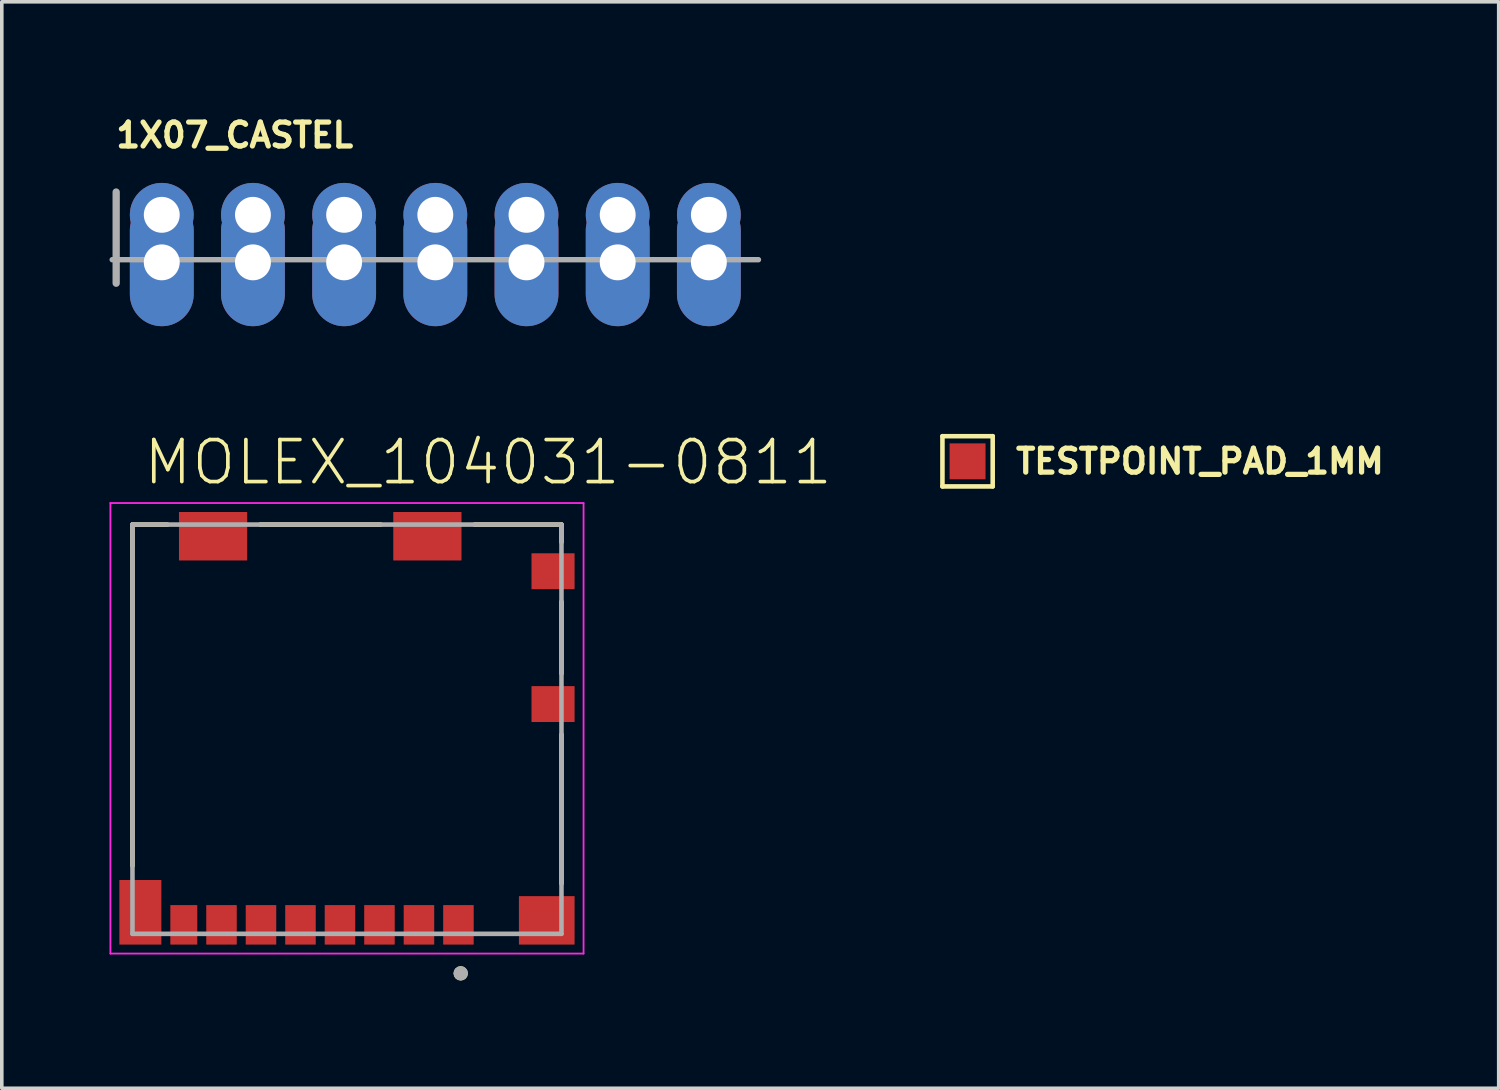
<source format=kicad_pcb>
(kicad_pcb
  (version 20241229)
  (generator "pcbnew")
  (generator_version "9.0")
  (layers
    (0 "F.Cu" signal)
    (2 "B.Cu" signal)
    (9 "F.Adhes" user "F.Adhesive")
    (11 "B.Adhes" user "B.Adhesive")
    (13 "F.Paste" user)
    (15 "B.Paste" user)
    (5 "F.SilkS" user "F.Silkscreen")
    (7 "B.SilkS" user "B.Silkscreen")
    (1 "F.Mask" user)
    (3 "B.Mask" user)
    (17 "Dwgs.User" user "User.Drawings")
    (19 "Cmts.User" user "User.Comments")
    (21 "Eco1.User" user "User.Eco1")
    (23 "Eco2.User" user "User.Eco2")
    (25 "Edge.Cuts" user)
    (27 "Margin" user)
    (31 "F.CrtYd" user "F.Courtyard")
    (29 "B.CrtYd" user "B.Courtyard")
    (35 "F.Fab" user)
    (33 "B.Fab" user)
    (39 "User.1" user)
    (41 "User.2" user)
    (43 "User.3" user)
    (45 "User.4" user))
  (footprint "1X07_CASTEL"
    (layer "F.Cu")
    (at 9.076 2.934)
    (property "Reference" "1X07_CASTEL" (at -8.966 -1.829 0) (unlocked yes) (layer "F.SilkS") (effects (font (size 0.666 0.666) (thickness 0.146)) (justify left bottom)))
    (fp_line (start -9 1.25) (end 9 1.25) (stroke (width 0.152) (type solid)) (layer "F.Fab"))
    (fp_line (start -8.89 -0.635) (end -8.89 1.905) (stroke (width 0.203) (type solid)) (layer "F.Fab"))
    (fp_poly (pts (xy -7.874 0.254) (xy -7.366 0.254) (xy -7.366 -0.254) (xy -7.874 -0.254)) (stroke (width 0.1) (type default)) (fill no) (layer "F.Fab"))
    (fp_poly (pts (xy -7.874 1.524) (xy -7.366 1.524) (xy -7.366 1.016) (xy -7.874 1.016)) (stroke (width 0.1) (type default)) (fill no) (layer "F.Fab"))
    (fp_poly (pts (xy -5.334 0.254) (xy -4.826 0.254) (xy -4.826 -0.254) (xy -5.334 -0.254)) (stroke (width 0.1) (type default)) (fill no) (layer "F.Fab"))
    (fp_poly (pts (xy -5.334 1.524) (xy -4.826 1.524) (xy -4.826 1.016) (xy -5.334 1.016)) (stroke (width 0.1) (type default)) (fill no) (layer "F.Fab"))
    (fp_poly (pts (xy -2.794 0.254) (xy -2.286 0.254) (xy -2.286 -0.254) (xy -2.794 -0.254)) (stroke (width 0.1) (type default)) (fill no) (layer "F.Fab"))
    (fp_poly (pts (xy -2.794 1.524) (xy -2.286 1.524) (xy -2.286 1.016) (xy -2.794 1.016)) (stroke (width 0.1) (type default)) (fill no) (layer "F.Fab"))
    (fp_poly (pts (xy -0.254 0.254) (xy 0.254 0.254) (xy 0.254 -0.254) (xy -0.254 -0.254)) (stroke (width 0.1) (type default)) (fill no) (layer "F.Fab"))
    (fp_poly (pts (xy -0.254 1.524) (xy 0.254 1.524) (xy 0.254 1.016) (xy -0.254 1.016)) (stroke (width 0.1) (type default)) (fill no) (layer "F.Fab"))
    (fp_poly (pts (xy 2.286 0.254) (xy 2.794 0.254) (xy 2.794 -0.254) (xy 2.286 -0.254)) (stroke (width 0.1) (type default)) (fill no) (layer "F.Fab"))
    (fp_poly (pts (xy 2.286 1.524) (xy 2.794 1.524) (xy 2.794 1.016) (xy 2.286 1.016)) (stroke (width 0.1) (type default)) (fill no) (layer "F.Fab"))
    (fp_poly (pts (xy 4.826 0.254) (xy 5.334 0.254) (xy 5.334 -0.254) (xy 4.826 -0.254)) (stroke (width 0.1) (type default)) (fill no) (layer "F.Fab"))
    (fp_poly (pts (xy 4.826 1.524) (xy 5.334 1.524) (xy 5.334 1.016) (xy 4.826 1.016)) (stroke (width 0.1) (type default)) (fill no) (layer "F.Fab"))
    (fp_poly (pts (xy 7.366 0.254) (xy 7.874 0.254) (xy 7.874 -0.254) (xy 7.366 -0.254)) (stroke (width 0.1) (type default)) (fill no) (layer "F.Fab"))
    (fp_poly (pts (xy 7.366 1.524) (xy 7.874 1.524) (xy 7.874 1.016) (xy 7.366 1.016)) (stroke (width 0.1) (type default)) (fill no) (layer "F.Fab"))
    (pad "1" thru_hole circle (at -7.62 0 90) (size 1.778 1.778) (drill 1) (layers "*.Cu" "*.Mask"))
    (pad "1C" thru_hole oval (at -7.62 1.324 90) (size 3.556 1.778) (drill 1) (layers "*.Cu" "*.Mask"))
    (pad "2" thru_hole circle (at -5.08 0 90) (size 1.778 1.778) (drill 1) (layers "*.Cu" "*.Mask"))
    (pad "2C" thru_hole oval (at -5.08 1.324 90) (size 3.556 1.778) (drill 1) (layers "*.Cu" "*.Mask"))
    (pad "3" thru_hole circle (at -2.54 0 90) (size 1.778 1.778) (drill 1) (layers "*.Cu" "*.Mask"))
    (pad "3C" thru_hole oval (at -2.54 1.324 90) (size 3.556 1.778) (drill 1) (layers "*.Cu" "*.Mask"))
    (pad "4" thru_hole circle (at 0 0 90) (size 1.778 1.778) (drill 1) (layers "*.Cu" "*.Mask"))
    (pad "4C" thru_hole oval (at 0 1.324 90) (size 3.556 1.778) (drill 1) (layers "*.Cu" "*.Mask"))
    (pad "5" thru_hole circle (at 2.54 0 90) (size 1.778 1.778) (drill 1) (layers "*.Cu" "*.Mask"))
    (pad "5C" thru_hole oval (at 2.54 1.324 90) (size 3.556 1.778) (drill 1) (layers "*.Cu" "*.Mask"))
    (pad "6" thru_hole circle (at 5.08 0 90) (size 1.778 1.778) (drill 1) (layers "*.Cu" "*.Mask"))
    (pad "6C" thru_hole oval (at 5.08 1.324 90) (size 3.556 1.778) (drill 1) (layers "*.Cu" "*.Mask"))
    (pad "7" thru_hole circle (at 7.62 0 90) (size 1.778 1.778) (drill 1) (layers "*.Cu" "*.Mask"))
    (pad "7C" thru_hole oval (at 7.62 1.324 90) (size 3.556 1.778) (drill 1) (layers "*.Cu" "*.Mask")))
  (footprint "TESTPOINT_PAD_1MM"
    (layer "F.Cu")
    (at 23.902 9.8)
    (property "Reference" "TESTPOINT_PAD_1MM" (at 1.27 0 0) (unlocked yes) (layer "F.SilkS") (effects (font (size 0.666 0.666) (thickness 0.146)) (justify left)))
    (fp_line (start -0.7 -0.7) (end 0.7 -0.7) (stroke (width 0.127) (type solid)) (layer "F.SilkS"))
    (fp_line (start -0.7 0.7) (end -0.7 -0.7) (stroke (width 0.127) (type solid)) (layer "F.SilkS"))
    (fp_line (start 0.7 -0.7) (end 0.7 0.7) (stroke (width 0.127) (type solid)) (layer "F.SilkS"))
    (fp_line (start 0.7 0.7) (end -0.7 0.7) (stroke (width 0.127) (type solid)) (layer "F.SilkS"))
    (pad "P$1" smd rect (at 0 0) (size 1 1) (layers "F.Cu" "F.Mask")))
  (footprint "MOLEX_104031-0811"
    (layer "F.Cu")
    (at 6.615 17.262)
    (property "Reference" "MOLEX_104031-0811" (at -5.727 -6.749 0) (unlocked yes) (layer "F.SilkS") (effects (font (size 1.171 1.171) (thickness 0.102)) (justify left bottom)))
    (fp_line (start -5.975 -5.7) (end -5.975 3.806) (stroke (width 0.127) (type solid)) (layer "F.SilkS"))
    (fp_line (start -5.003 -5.7) (end -5.975 -5.7) (stroke (width 0.127) (type solid)) (layer "F.SilkS"))
    (fp_line (start 0.939 -5.7) (end -2.413 -5.7) (stroke (width 0.127) (type solid)) (layer "F.SilkS"))
    (fp_line (start 3.556 -5.7) (end 5.975 -5.7) (stroke (width 0.127) (type solid)) (layer "F.SilkS"))
    (fp_line (start 5.975 -5.7) (end 5.975 -5.211) (stroke (width 0.127) (type solid)) (layer "F.SilkS"))
    (fp_line (start 5.975 -3.55) (end 5.975 -1.55) (stroke (width 0.127) (type solid)) (layer "F.SilkS"))
    (fp_line (start 5.975 0.15) (end 5.975 4.3) (stroke (width 0.127) (type solid)) (layer "F.SilkS"))
    (fp_circle (center 3.168 6.801) (end 3.268 6.801) (stroke (width 0.2) (type solid)) (fill no) (layer "F.SilkS"))
    (fp_line (start -6.59 -6.3) (end -6.59 6.25) (stroke (width 0.05) (type solid)) (layer "F.CrtYd"))
    (fp_line (start -6.59 6.25) (end 6.59 6.25) (stroke (width 0.05) (type solid)) (layer "F.CrtYd"))
    (fp_line (start 6.59 -6.3) (end -6.59 -6.3) (stroke (width 0.05) (type solid)) (layer "F.CrtYd"))
    (fp_line (start 6.59 6.25) (end 6.59 -6.3) (stroke (width 0.05) (type solid)) (layer "F.CrtYd"))
    (fp_line (start -5.975 -5.7) (end 5.975 -5.7) (stroke (width 0.127) (type solid)) (layer "F.Fab"))
    (fp_line (start -5.975 5.7) (end -5.975 -5.7) (stroke (width 0.127) (type solid)) (layer "F.Fab"))
    (fp_line (start 5.975 -5.7) (end 5.975 5.7) (stroke (width 0.127) (type solid)) (layer "F.Fab"))
    (fp_line (start 5.975 5.7) (end -5.975 5.7) (stroke (width 0.127) (type solid)) (layer "F.Fab"))
    (fp_circle (center 3.168 6.801) (end 3.268 6.801) (stroke (width 0.2) (type solid)) (fill no) (layer "F.Fab"))
    (pad "1" smd rect (at 3.105 5.45) (size 0.85 1.1) (layers "F.Cu" "F.Mask" "F.Paste"))
    (pad "2" smd rect (at 2.005 5.45) (size 0.85 1.1) (layers "F.Cu" "F.Mask" "F.Paste"))
    (pad "3" smd rect (at 0.905 5.45) (size 0.85 1.1) (layers "F.Cu" "F.Mask" "F.Paste"))
    (pad "4" smd rect (at -0.195 5.45) (size 0.85 1.1) (layers "F.Cu" "F.Mask" "F.Paste"))
    (pad "5" smd rect (at -1.295 5.45) (size 0.85 1.1) (layers "F.Cu" "F.Mask" "F.Paste"))
    (pad "6" smd rect (at -2.395 5.45) (size 0.85 1.1) (layers "F.Cu" "F.Mask" "F.Paste"))
    (pad "7" smd rect (at -3.495 5.45) (size 0.85 1.1) (layers "F.Cu" "F.Mask" "F.Paste"))
    (pad "8" smd rect (at -4.545 5.45) (size 0.75 1.1) (layers "F.Cu" "F.Mask" "F.Paste"))
    (pad "9" smd rect (at 5.74 -0.7) (size 1.2 1) (layers "F.Cu" "F.Mask" "F.Paste"))
    (pad "10" smd rect (at 5.74 -4.4) (size 1.2 1) (layers "F.Cu" "F.Mask" "F.Paste"))
    (pad "G1" smd rect (at 5.565 5.325) (size 1.55 1.35) (layers "F.Cu" "F.Mask" "F.Paste"))
    (pad "G2" smd rect (at -5.755 5.1) (size 1.17 1.8) (layers "F.Cu" "F.Mask" "F.Paste"))
    (pad "G3" smd rect (at -3.73 -5.375) (size 1.9 1.35) (layers "F.Cu" "F.Mask" "F.Paste"))
    (pad "G4" smd rect (at 2.24 -5.375) (size 1.9 1.35) (layers "F.Cu" "F.Mask" "F.Paste")))
  (gr_rect
    (start -3 -3)
    (end 38.697 27.263)
    (stroke (width 0.1) (type default))
    (fill no)
    (layer "Edge.Cuts")))
</source>
